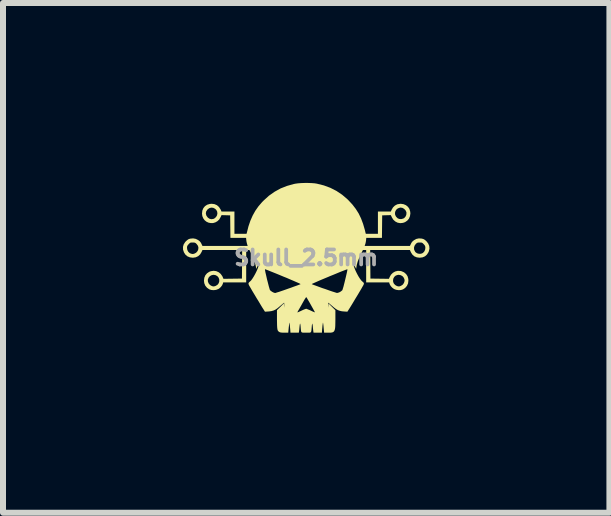
<source format=kicad_pcb>
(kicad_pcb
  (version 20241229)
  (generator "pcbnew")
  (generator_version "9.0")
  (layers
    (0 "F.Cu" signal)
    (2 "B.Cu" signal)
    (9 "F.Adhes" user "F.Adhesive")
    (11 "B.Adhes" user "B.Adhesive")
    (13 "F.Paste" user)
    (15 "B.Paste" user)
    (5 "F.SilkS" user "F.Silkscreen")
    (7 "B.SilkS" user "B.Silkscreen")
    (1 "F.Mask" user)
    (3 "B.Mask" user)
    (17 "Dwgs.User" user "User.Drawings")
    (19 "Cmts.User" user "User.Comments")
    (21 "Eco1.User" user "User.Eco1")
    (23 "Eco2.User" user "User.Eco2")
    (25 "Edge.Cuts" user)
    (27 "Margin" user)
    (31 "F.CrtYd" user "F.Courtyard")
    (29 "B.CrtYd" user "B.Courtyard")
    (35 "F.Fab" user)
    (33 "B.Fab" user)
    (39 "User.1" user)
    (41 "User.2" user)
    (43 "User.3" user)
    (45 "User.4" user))
  (footprint "Skull_2.5mm"
    (layer "F.Cu")
    (at 2.054 1.246)
    (property "Reference" "Skull_2.5mm" (at 0 0 0) (layer "F.Fab") (effects (font (size 0.25 0.25) (thickness 0.3))))
    (attr board_only exclude_from_pos_files exclude_from_bom)
    (fp_poly (pts (xy 0.033 -1.246) (xy 0.09 -1.244) (xy 0.142 -1.24) (xy 0.179 -1.234) (xy 0.295 -1.205) (xy 0.403 -1.165) (xy 0.505 -1.113) (xy 0.599 -1.05) (xy 0.687 -0.975) (xy 0.706 -0.956) (xy 0.771 -0.886) (xy 0.827 -0.813) (xy 0.875 -0.737) (xy 0.915 -0.654) (xy 0.949 -0.563) (xy 0.978 -0.463) (xy 0.989 -0.417) (xy 0.994 -0.399) (xy 1.196 -0.399) (xy 1.196 -0.746) (xy 1.48 -0.746) (xy 1.483 -0.715) (xy 1.497 -0.686) (xy 1.521 -0.661) (xy 1.529 -0.655) (xy 1.556 -0.645) (xy 1.588 -0.644) (xy 1.619 -0.653) (xy 1.634 -0.661) (xy 1.655 -0.684) (xy 1.669 -0.714) (xy 1.672 -0.747) (xy 1.67 -0.761) (xy 1.655 -0.792) (xy 1.632 -0.815) (xy 1.604 -0.831) (xy 1.572 -0.836) (xy 1.561 -0.834) (xy 1.528 -0.822) (xy 1.503 -0.802) (xy 1.487 -0.775) (xy 1.48 -0.746) (xy 1.196 -0.746) (xy 1.196 -0.77) (xy 1.412 -0.77) (xy 1.422 -0.795) (xy 1.447 -0.838) (xy 1.479 -0.869) (xy 1.518 -0.89) (xy 1.564 -0.898) (xy 1.576 -0.899) (xy 1.624 -0.892) (xy 1.664 -0.875) (xy 1.697 -0.848) (xy 1.721 -0.813) (xy 1.734 -0.769) (xy 1.737 -0.738) (xy 1.73 -0.692) (xy 1.713 -0.651) (xy 1.685 -0.618) (xy 1.648 -0.593) (xy 1.614 -0.581) (xy 1.568 -0.576) (xy 1.524 -0.584) (xy 1.485 -0.604) (xy 1.452 -0.634) (xy 1.427 -0.675) (xy 1.426 -0.678) (xy 1.411 -0.71) (xy 1.339 -0.708) (xy 1.267 -0.706) (xy 1.263 -0.331) (xy 1.002 -0.331) (xy 0.998 -0.291) (xy 0.994 -0.263) (xy 0.988 -0.236) (xy 0.984 -0.224) (xy 0.975 -0.196) (xy 1.729 -0.196) (xy 1.743 -0.225) (xy 1.755 -0.249) (xy 1.768 -0.267) (xy 1.786 -0.283) (xy 1.798 -0.292) (xy 1.836 -0.313) (xy 1.879 -0.322) (xy 1.924 -0.319) (xy 1.93 -0.318) (xy 1.954 -0.311) (xy 1.973 -0.301) (xy 1.994 -0.284) (xy 2.004 -0.275) (xy 2.034 -0.237) (xy 2.051 -0.196) (xy 2.055 -0.153) (xy 2.045 -0.108) (xy 2.038 -0.091) (xy 2.013 -0.052) (xy 1.98 -0.023) (xy 1.94 -0.006) (xy 1.892 -0.000002) (xy 1.891 0) (xy 1.844 -0.006) (xy 1.803 -0.023) (xy 1.77 -0.052) (xy 1.746 -0.09) (xy 1.744 -0.095) (xy 1.729 -0.128) (xy 1.067 -0.128) (xy 1.071 0.348) (xy 1.379 0.352) (xy 1.39 0.326) (xy 1.413 0.284) (xy 1.445 0.252) (xy 1.483 0.23) (xy 1.526 0.219) (xy 1.571 0.221) (xy 1.589 0.225) (xy 1.632 0.244) (xy 1.666 0.273) (xy 1.69 0.309) (xy 1.702 0.353) (xy 1.704 0.381) (xy 1.698 0.429) (xy 1.679 0.47) (xy 1.65 0.504) (xy 1.614 0.528) (xy 1.579 0.539) (xy 1.54 0.541) (xy 1.5 0.535) (xy 1.465 0.522) (xy 1.436 0.501) (xy 1.41 0.473) (xy 1.393 0.443) (xy 1.388 0.43) (xy 1.384 0.412) (xy 1 0.412) (xy 1 0.374) (xy 1.448 0.374) (xy 1.45 0.404) (xy 1.462 0.432) (xy 1.484 0.455) (xy 1.503 0.467) (xy 1.528 0.477) (xy 1.549 0.479) (xy 1.57 0.473) (xy 1.585 0.466) (xy 1.612 0.447) (xy 1.63 0.42) (xy 1.64 0.389) (xy 1.64 0.367) (xy 1.628 0.335) (xy 1.607 0.309) (xy 1.578 0.292) (xy 1.545 0.285) (xy 1.525 0.287) (xy 1.493 0.298) (xy 1.469 0.319) (xy 1.454 0.345) (xy 1.448 0.374) (xy 1 0.374) (xy 1 -0.128) (xy 0.946 -0.128) (xy 0.913 -0.063) (xy 0.882 0.005) (xy 0.858 0.067) (xy 0.843 0.121) (xy 0.839 0.145) (xy 0.833 0.186) (xy 0.805 0.128) (xy 0.792 0.103) (xy 0.784 0.089) (xy 0.781 0.087) (xy 0.782 0.095) (xy 0.791 0.132) (xy 0.806 0.175) (xy 0.825 0.221) (xy 0.847 0.266) (xy 0.871 0.31) (xy 0.895 0.348) (xy 0.918 0.379) (xy 0.939 0.399) (xy 0.94 0.4) (xy 0.957 0.415) (xy 0.963 0.43) (xy 0.958 0.449) (xy 0.953 0.458) (xy 0.946 0.471) (xy 0.933 0.493) (xy 0.916 0.524) (xy 0.894 0.56) (xy 0.87 0.601) (xy 0.844 0.644) (xy 0.817 0.688) (xy 0.791 0.732) (xy 0.767 0.772) (xy 0.745 0.808) (xy 0.727 0.837) (xy 0.716 0.854) (xy 0.687 0.9) (xy 0.639 0.897) (xy 0.595 0.893) (xy 0.559 0.885) (xy 0.527 0.873) (xy 0.496 0.855) (xy 0.462 0.829) (xy 0.44 0.81) (xy 0.414 0.788) (xy 0.393 0.77) (xy 0.377 0.757) (xy 0.368 0.75) (xy 0.368 0.75) (xy 0.366 0.756) (xy 0.366 0.772) (xy 0.366 0.792) (xy 0.367 0.835) (xy 0.37 0.798) (xy 0.372 0.761) (xy 0.429 0.818) (xy 0.487 0.875) (xy 0.487 1.029) (xy 0.486 1.089) (xy 0.485 1.138) (xy 0.482 1.175) (xy 0.476 1.203) (xy 0.467 1.223) (xy 0.454 1.237) (xy 0.436 1.245) (xy 0.413 1.249) (xy 0.383 1.25) (xy 0.363 1.25) (xy 0.299 1.25) (xy 0.291 1.167) (xy 0.288 1.135) (xy 0.285 1.109) (xy 0.282 1.09) (xy 0.281 1.083) (xy 0.281 1.083) (xy 0.278 1.087) (xy 0.276 1.103) (xy 0.272 1.129) (xy 0.269 1.163) (xy 0.266 1.194) (xy 0.262 1.25) (xy 0.123 1.25) (xy 0.119 1.228) (xy 0.117 1.211) (xy 0.114 1.185) (xy 0.111 1.156) (xy 0.111 1.151) (xy 0.108 1.126) (xy 0.105 1.107) (xy 0.102 1.098) (xy 0.101 1.098) (xy 0.099 1.106) (xy 0.095 1.124) (xy 0.093 1.149) (xy 0.092 1.16) (xy 0.089 1.197) (xy 0.086 1.222) (xy 0.081 1.237) (xy 0.072 1.246) (xy 0.056 1.25) (xy 0.032 1.25) (xy 0 1.25) (xy -0.034 1.25) (xy -0.058 1.249) (xy -0.073 1.245) (xy -0.082 1.236) (xy -0.086 1.22) (xy -0.089 1.194) (xy -0.092 1.16) (xy -0.094 1.134) (xy -0.097 1.112) (xy -0.1 1.1) (xy -0.101 1.098) (xy -0.104 1.103) (xy -0.107 1.118) (xy -0.11 1.141) (xy -0.111 1.151) (xy -0.114 1.18) (xy -0.116 1.206) (xy -0.119 1.226) (xy -0.119 1.228) (xy -0.123 1.25) (xy -0.262 1.25) (xy -0.266 1.194) (xy -0.27 1.156) (xy -0.273 1.124) (xy -0.276 1.099) (xy -0.279 1.085) (xy -0.281 1.083) (xy -0.282 1.09) (xy -0.284 1.108) (xy -0.287 1.134) (xy -0.291 1.165) (xy -0.291 1.167) (xy -0.299 1.25) (xy -0.364 1.25) (xy -0.398 1.249) (xy -0.421 1.247) (xy -0.438 1.243) (xy -0.45 1.237) (xy -0.461 1.229) (xy -0.469 1.22) (xy -0.476 1.207) (xy -0.48 1.189) (xy -0.483 1.165) (xy -0.485 1.132) (xy -0.486 1.089) (xy -0.487 1.034) (xy -0.487 1.028) (xy -0.487 0.912) (xy -0.146 0.912) (xy -0.146 0.912) (xy -0.138 0.91) (xy -0.121 0.902) (xy -0.098 0.892) (xy -0.077 0.882) (xy -0.049 0.869) (xy -0.024 0.859) (xy -0.007 0.853) (xy 0 0.851) (xy 0.011 0.854) (xy 0.03 0.862) (xy 0.056 0.872) (xy 0.077 0.882) (xy 0.104 0.895) (xy 0.126 0.904) (xy 0.141 0.91) (xy 0.145 0.911) (xy 0.143 0.904) (xy 0.135 0.888) (xy 0.122 0.865) (xy 0.106 0.836) (xy 0.088 0.804) (xy 0.069 0.77) (xy 0.051 0.738) (xy 0.033 0.708) (xy 0.019 0.683) (xy 0.008 0.666) (xy 0.002 0.657) (xy 0.001 0.657) (xy -0.004 0.662) (xy -0.014 0.677) (xy -0.029 0.7) (xy -0.046 0.73) (xy -0.064 0.762) (xy -0.084 0.798) (xy -0.103 0.831) (xy -0.119 0.859) (xy -0.131 0.88) (xy -0.137 0.89) (xy -0.144 0.904) (xy -0.146 0.912) (xy -0.487 0.912) (xy -0.487 0.875) (xy -0.429 0.818) (xy -0.372 0.761) (xy -0.367 0.835) (xy -0.366 0.792) (xy -0.366 0.77) (xy -0.367 0.755) (xy -0.368 0.75) (xy -0.374 0.754) (xy -0.388 0.766) (xy -0.408 0.783) (xy -0.433 0.804) (xy -0.44 0.81) (xy -0.477 0.841) (xy -0.51 0.864) (xy -0.541 0.879) (xy -0.574 0.889) (xy -0.613 0.895) (xy -0.639 0.897) (xy -0.687 0.9) (xy -0.716 0.854) (xy -0.731 0.831) (xy -0.75 0.8) (xy -0.772 0.763) (xy -0.797 0.721) (xy -0.824 0.678) (xy -0.85 0.634) (xy -0.876 0.591) (xy -0.9 0.551) (xy -0.92 0.516) (xy -0.937 0.487) (xy -0.949 0.467) (xy -0.953 0.458) (xy -0.962 0.437) (xy -0.96 0.421) (xy -0.948 0.407) (xy -0.94 0.4) (xy -0.919 0.38) (xy -0.897 0.35) (xy -0.873 0.312) (xy -0.849 0.269) (xy -0.826 0.223) (xy -0.813 0.192) (xy -0.687 0.192) (xy -0.687 0.2) (xy -0.684 0.218) (xy -0.679 0.246) (xy -0.671 0.28) (xy -0.662 0.319) (xy -0.653 0.36) (xy -0.642 0.402) (xy -0.632 0.441) (xy -0.623 0.477) (xy -0.614 0.507) (xy -0.608 0.529) (xy -0.603 0.54) (xy -0.603 0.541) (xy -0.587 0.555) (xy -0.565 0.57) (xy -0.541 0.582) (xy -0.52 0.588) (xy -0.516 0.588) (xy -0.507 0.586) (xy -0.486 0.579) (xy -0.455 0.57) (xy -0.417 0.557) (xy -0.373 0.542) (xy -0.325 0.525) (xy -0.3 0.516) (xy -0.25 0.499) (xy -0.205 0.482) (xy -0.165 0.468) (xy -0.132 0.456) (xy -0.109 0.447) (xy -0.095 0.441) (xy -0.093 0.44) (xy -0.093 0.44) (xy 0.093 0.44) (xy 0.093 0.44) (xy 0.101 0.444) (xy 0.12 0.452) (xy 0.148 0.462) (xy 0.184 0.475) (xy 0.224 0.49) (xy 0.268 0.506) (xy 0.314 0.521) (xy 0.359 0.537) (xy 0.401 0.552) (xy 0.44 0.565) (xy 0.472 0.575) (xy 0.497 0.583) (xy 0.511 0.587) (xy 0.514 0.587) (xy 0.53 0.585) (xy 0.551 0.577) (xy 0.561 0.573) (xy 0.581 0.56) (xy 0.598 0.546) (xy 0.603 0.541) (xy 0.607 0.53) (xy 0.613 0.51) (xy 0.622 0.481) (xy 0.631 0.445) (xy 0.641 0.406) (xy 0.651 0.364) (xy 0.661 0.323) (xy 0.67 0.284) (xy 0.678 0.249) (xy 0.684 0.221) (xy 0.687 0.201) (xy 0.687 0.192) (xy 0.687 0.192) (xy 0.681 0.194) (xy 0.663 0.2) (xy 0.635 0.211) (xy 0.598 0.225) (xy 0.553 0.243) (xy 0.503 0.264) (xy 0.447 0.287) (xy 0.387 0.311) (xy 0.386 0.312) (xy 0.326 0.337) (xy 0.271 0.36) (xy 0.221 0.381) (xy 0.178 0.4) (xy 0.142 0.416) (xy 0.115 0.428) (xy 0.098 0.436) (xy 0.093 0.44) (xy -0.093 0.44) (xy -0.098 0.437) (xy -0.114 0.428) (xy -0.141 0.416) (xy -0.176 0.401) (xy -0.219 0.382) (xy -0.269 0.361) (xy -0.324 0.337) (xy -0.384 0.313) (xy -0.386 0.312) (xy -0.446 0.287) (xy -0.502 0.264) (xy -0.552 0.244) (xy -0.597 0.226) (xy -0.634 0.211) (xy -0.662 0.2) (xy -0.68 0.194) (xy -0.687 0.192) (xy -0.687 0.192) (xy -0.813 0.192) (xy -0.807 0.178) (xy -0.792 0.135) (xy -0.782 0.097) (xy -0.782 0.095) (xy -0.781 0.087) (xy -0.785 0.09) (xy -0.794 0.105) (xy -0.805 0.128) (xy -0.833 0.186) (xy -0.839 0.145) (xy -0.85 0.095) (xy -0.869 0.037) (xy -0.897 -0.028) (xy -0.913 -0.063) (xy -0.946 -0.128) (xy -1 -0.128) (xy -1 0.412) (xy -1.384 0.412) (xy -1.388 0.43) (xy -1.401 0.46) (xy -1.423 0.489) (xy -1.451 0.514) (xy -1.465 0.522) (xy -1.501 0.536) (xy -1.541 0.541) (xy -1.581 0.538) (xy -1.614 0.528) (xy -1.653 0.501) (xy -1.682 0.466) (xy -1.699 0.424) (xy -1.704 0.381) (xy -1.702 0.367) (xy -1.64 0.367) (xy -1.638 0.398) (xy -1.626 0.428) (xy -1.605 0.453) (xy -1.586 0.466) (xy -1.562 0.476) (xy -1.543 0.479) (xy -1.523 0.475) (xy -1.507 0.469) (xy -1.478 0.451) (xy -1.459 0.426) (xy -1.449 0.396) (xy -1.449 0.364) (xy -1.459 0.334) (xy -1.48 0.308) (xy -1.48 0.308) (xy -1.51 0.291) (xy -1.542 0.285) (xy -1.573 0.29) (xy -1.602 0.305) (xy -1.624 0.328) (xy -1.638 0.359) (xy -1.64 0.367) (xy -1.702 0.367) (xy -1.698 0.334) (xy -1.681 0.293) (xy -1.653 0.26) (xy -1.616 0.235) (xy -1.589 0.225) (xy -1.543 0.218) (xy -1.499 0.224) (xy -1.459 0.242) (xy -1.425 0.27) (xy -1.398 0.308) (xy -1.39 0.326) (xy -1.379 0.352) (xy -1.071 0.348) (xy -1.069 0.11) (xy -1.067 -0.128) (xy -1.729 -0.128) (xy -1.744 -0.095) (xy -1.768 -0.055) (xy -1.8 -0.026) (xy -1.84 -0.007) (xy -1.886 -0.000052) (xy -1.891 0) (xy -1.939 -0.006) (xy -1.98 -0.023) (xy -2.013 -0.051) (xy -2.038 -0.09) (xy -2.038 -0.091) (xy -2.053 -0.136) (xy -2.053 -0.165) (xy -1.987 -0.165) (xy -1.981 -0.128) (xy -1.965 -0.098) (xy -1.941 -0.076) (xy -1.921 -0.068) (xy -1.903 -0.063) (xy -1.889 -0.062) (xy -1.873 -0.065) (xy -1.864 -0.068) (xy -1.835 -0.083) (xy -1.812 -0.109) (xy -1.801 -0.132) (xy -1.796 -0.166) (xy -1.796 -0.166) (xy 1.797 -0.166) (xy 1.8 -0.133) (xy 1.816 -0.101) (xy 1.825 -0.09) (xy 1.85 -0.073) (xy 1.881 -0.065) (xy 1.914 -0.066) (xy 1.944 -0.078) (xy 1.945 -0.079) (xy 1.967 -0.101) (xy 1.982 -0.131) (xy 1.987 -0.164) (xy 1.985 -0.185) (xy 1.98 -0.2) (xy 1.968 -0.216) (xy 1.96 -0.225) (xy 1.944 -0.241) (xy 1.932 -0.249) (xy 1.917 -0.253) (xy 1.894 -0.253) (xy 1.893 -0.253) (xy 1.869 -0.253) (xy 1.853 -0.249) (xy 1.84 -0.241) (xy 1.827 -0.229) (xy 1.806 -0.199) (xy 1.797 -0.166) (xy -1.796 -0.166) (xy -1.804 -0.198) (xy -1.826 -0.228) (xy -1.827 -0.229) (xy -1.842 -0.243) (xy -1.855 -0.25) (xy -1.872 -0.253) (xy -1.893 -0.253) (xy -1.916 -0.253) (xy -1.931 -0.25) (xy -1.944 -0.241) (xy -1.959 -0.226) (xy -1.96 -0.225) (xy -1.976 -0.206) (xy -1.984 -0.191) (xy -1.986 -0.173) (xy -1.987 -0.165) (xy -2.053 -0.165) (xy -2.054 -0.18) (xy -2.042 -0.222) (xy -2.017 -0.261) (xy -2.004 -0.275) (xy -1.981 -0.295) (xy -1.962 -0.308) (xy -1.94 -0.316) (xy -1.93 -0.318) (xy -1.884 -0.322) (xy -1.841 -0.314) (xy -1.802 -0.295) (xy -1.798 -0.292) (xy -1.776 -0.275) (xy -1.761 -0.258) (xy -1.749 -0.238) (xy -1.743 -0.225) (xy -1.729 -0.196) (xy -0.975 -0.196) (xy -0.984 -0.224) (xy -0.99 -0.246) (xy -0.996 -0.275) (xy -0.998 -0.291) (xy -1.002 -0.331) (xy -1.263 -0.331) (xy -1.267 -0.706) (xy -1.339 -0.708) (xy -1.411 -0.71) (xy -1.426 -0.678) (xy -1.449 -0.638) (xy -1.479 -0.609) (xy -1.514 -0.589) (xy -1.551 -0.578) (xy -1.589 -0.577) (xy -1.627 -0.584) (xy -1.662 -0.6) (xy -1.692 -0.624) (xy -1.715 -0.655) (xy -1.731 -0.693) (xy -1.737 -0.738) (xy -1.736 -0.74) (xy -1.673 -0.74) (xy -1.666 -0.708) (xy -1.661 -0.698) (xy -1.64 -0.669) (xy -1.613 -0.65) (xy -1.582 -0.642) (xy -1.549 -0.646) (xy -1.529 -0.655) (xy -1.503 -0.678) (xy -1.486 -0.707) (xy -1.48 -0.738) (xy -1.484 -0.769) (xy -1.499 -0.797) (xy -1.519 -0.816) (xy -1.551 -0.832) (xy -1.585 -0.835) (xy -1.617 -0.825) (xy -1.646 -0.803) (xy -1.647 -0.801) (xy -1.667 -0.771) (xy -1.673 -0.74) (xy -1.736 -0.74) (xy -1.731 -0.786) (xy -1.714 -0.826) (xy -1.687 -0.859) (xy -1.651 -0.883) (xy -1.607 -0.896) (xy -1.576 -0.899) (xy -1.528 -0.893) (xy -1.487 -0.875) (xy -1.454 -0.846) (xy -1.428 -0.806) (xy -1.422 -0.795) (xy -1.412 -0.77) (xy -1.196 -0.77) (xy -1.196 -0.399) (xy -0.994 -0.399) (xy -0.989 -0.417) (xy -0.962 -0.523) (xy -0.93 -0.617) (xy -0.892 -0.703) (xy -0.848 -0.782) (xy -0.796 -0.856) (xy -0.735 -0.927) (xy -0.706 -0.956) (xy -0.62 -1.034) (xy -0.526 -1.1) (xy -0.426 -1.155) (xy -0.319 -1.197) (xy -0.205 -1.229) (xy -0.179 -1.234) (xy -0.136 -1.24) (xy -0.084 -1.244) (xy -0.026 -1.246)) (stroke (width 0) (type solid)) (fill yes) (layer "F.SilkS")))
  (gr_rect
    (start -3 -3)
    (end 7.109 5.497)
    (stroke (width 0.1) (type default))
    (fill no)
    (layer "Edge.Cuts")))
</source>
